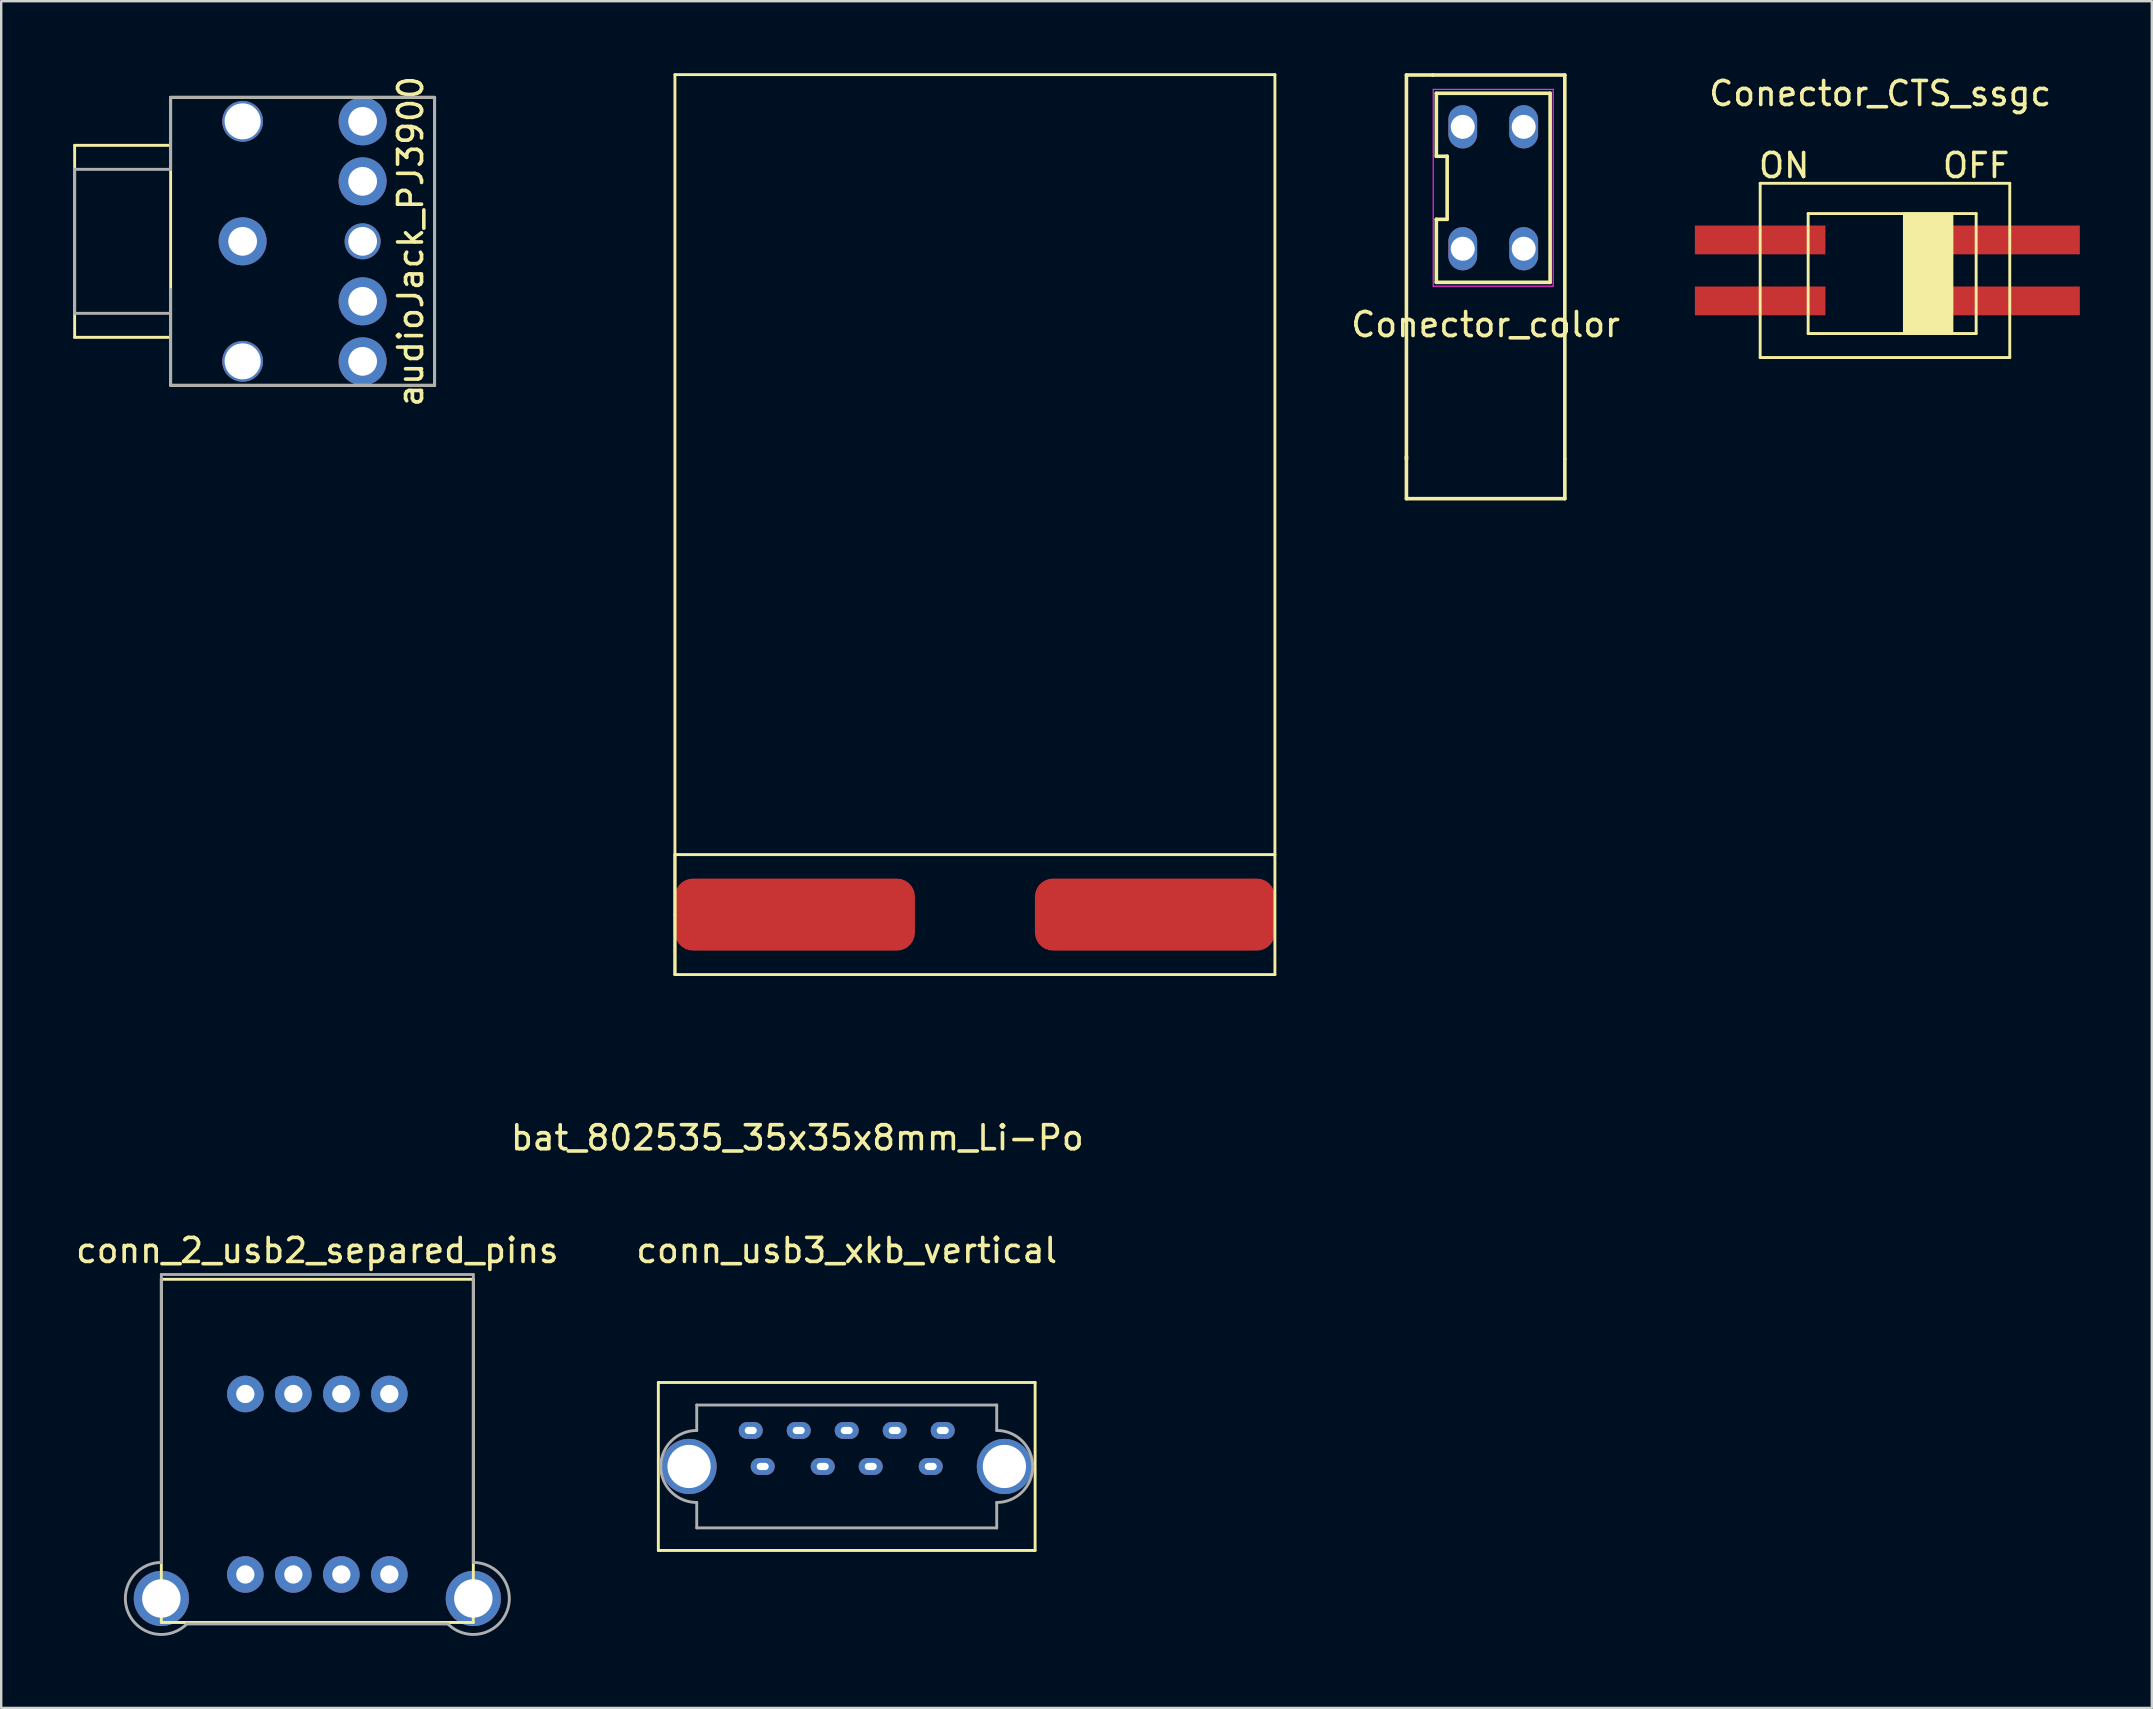
<source format=kicad_pcb>
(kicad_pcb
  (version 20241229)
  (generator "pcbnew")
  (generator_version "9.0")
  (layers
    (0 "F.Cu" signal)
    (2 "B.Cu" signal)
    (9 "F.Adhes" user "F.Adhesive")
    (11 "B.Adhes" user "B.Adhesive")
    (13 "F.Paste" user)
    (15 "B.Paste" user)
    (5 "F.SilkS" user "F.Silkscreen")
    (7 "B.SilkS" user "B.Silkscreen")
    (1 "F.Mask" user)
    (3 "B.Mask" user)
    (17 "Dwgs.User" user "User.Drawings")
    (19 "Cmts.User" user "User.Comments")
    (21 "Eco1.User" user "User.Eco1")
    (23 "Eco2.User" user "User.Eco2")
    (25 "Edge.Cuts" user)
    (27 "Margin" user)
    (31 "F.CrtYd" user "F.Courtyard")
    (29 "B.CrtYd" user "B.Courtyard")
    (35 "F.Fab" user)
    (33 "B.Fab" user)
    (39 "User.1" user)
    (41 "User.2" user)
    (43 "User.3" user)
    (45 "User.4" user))
  (footprint "Conector_color"
    (layer "F.Cu")
    (at 58.854 4.775)
    (property "Reference" "Conector_color" (at 0 5.7 180) (layer "F.SilkS") (effects (font (size 1 1) (thickness 0.15))))
    (attr through_hole)
    (fp_line (start -3.3 -4.7) (end -2.2 -4.7) (stroke (width 0.15) (type solid)) (layer "F.SilkS"))
    (fp_line (start -3.3 11.3) (end -3.3 -4.7) (stroke (width 0.15) (type solid)) (layer "F.SilkS"))
    (fp_line (start -3.3 12.954) (end -3.3 11.2) (stroke (width 0.15) (type solid)) (layer "F.SilkS"))
    (fp_line (start -2.2 -4.7) (end 3.3 -4.7) (stroke (width 0.15) (type solid)) (layer "F.SilkS"))
    (fp_line (start -2.053 -1.313) (end -1.603 -1.313) (stroke (width 0.15) (type solid)) (layer "F.SilkS"))
    (fp_line (start -2.053 1.313) (end -2.053 3.94) (stroke (width 0.15) (type solid)) (layer "F.SilkS"))
    (fp_line (start -2.053 3.94) (end 2.687 3.94) (stroke (width 0.15) (type solid)) (layer "F.SilkS"))
    (fp_line (start -2.052 -3.94) (end -2.053 -1.313) (stroke (width 0.15) (type solid)) (layer "F.SilkS"))
    (fp_line (start -1.603 -1.313) (end -1.603 1.313) (stroke (width 0.15) (type solid)) (layer "F.SilkS"))
    (fp_line (start -1.603 1.313) (end -2.053 1.313) (stroke (width 0.15) (type solid)) (layer "F.SilkS"))
    (fp_line (start 2.687 3.94) (end 2.688 -3.94) (stroke (width 0.15) (type solid)) (layer "F.SilkS"))
    (fp_line (start 2.688 -3.94) (end -2.052 -3.94) (stroke (width 0.15) (type solid)) (layer "F.SilkS"))
    (fp_line (start 3.3 -4.7) (end 3.3 11.3) (stroke (width 0.15) (type solid)) (layer "F.SilkS"))
    (fp_line (start 3.3 11.3) (end 3.302 12.954) (stroke (width 0.15) (type solid)) (layer "F.SilkS"))
    (fp_line (start 3.3 12.954) (end -3.3 12.954) (stroke (width 0.15) (type solid)) (layer "F.SilkS"))
    (fp_line (start -2.183 -4.1) (end 2.817 -4.1) (stroke (width 0.05) (type solid)) (layer "F.CrtYd"))
    (fp_line (start -2.183 4.1) (end -2.183 -4.1) (stroke (width 0.05) (type solid)) (layer "F.CrtYd"))
    (fp_line (start 2.817 -4.1) (end 2.817 4.1) (stroke (width 0.05) (type solid)) (layer "F.CrtYd"))
    (fp_line (start 2.817 4.1) (end -2.183 4.1) (stroke (width 0.05) (type solid)) (layer "F.CrtYd"))
    (pad "1" thru_hole oval (at -0.953 -2.54) (size 1.2 1.8) (drill 1) (layers "*.Cu" "*.Mask"))
    (pad "1" thru_hole oval (at -0.953 2.54) (size 1.2 1.8) (drill 1) (layers "*.Cu" "*.Mask"))
    (pad "2" thru_hole oval (at 1.587 -2.54) (size 1.2 1.8) (drill 1) (layers "*.Cu" "*.Mask"))
    (pad "2" thru_hole oval (at 1.587 2.54) (size 1.2 1.8) (drill 1) (layers "*.Cu" "*.Mask")))
  (footprint "conn_usb3_xkb_vertical"
    (layer "F.Cu")
    (at 32.232 58.056)
    (property "Reference" "conn_usb3_xkb_vertical" (at 0 -9 0) (layer "F.SilkS") (effects (font (size 1 1) (thickness 0.15))))
    (attr through_hole)
    (fp_line (start -7.85 -3.5) (end -7.85 3.5) (stroke (width 0.12) (type solid)) (layer "F.SilkS"))
    (fp_line (start -7.85 -3.5) (end 7.85 -3.5) (stroke (width 0.12) (type solid)) (layer "F.SilkS"))
    (fp_line (start -7.85 3.5) (end 7.85 3.5) (stroke (width 0.12) (type solid)) (layer "F.SilkS"))
    (fp_line (start 7.85 3.5) (end 7.85 -3.5) (stroke (width 0.12) (type solid)) (layer "F.SilkS"))
    (fp_line (start -6.25 -1.5) (end -6.25 -2.56) (stroke (width 0.12) (type solid)) (layer "F.Fab"))
    (fp_line (start -6.25 2.56) (end -6.25 1.5) (stroke (width 0.12) (type solid)) (layer "F.Fab"))
    (fp_line (start 6.25 -2.56) (end -6.25 -2.56) (stroke (width 0.12) (type solid)) (layer "F.Fab"))
    (fp_line (start 6.25 -2.56) (end 6.25 -1.5) (stroke (width 0.12) (type solid)) (layer "F.Fab"))
    (fp_line (start 6.25 1.5) (end 6.25 2.56) (stroke (width 0.12) (type solid)) (layer "F.Fab"))
    (fp_line (start 6.25 2.56) (end -6.25 2.56) (stroke (width 0.12) (type solid)) (layer "F.Fab"))
    (fp_arc (start -6.25 1.5) (mid -7.75 0) (end -6.25 -1.5) (stroke (width 0.12) (type solid)) (layer "F.Fab"))
    (fp_arc (start 6.25 -1.5) (mid 7.75 0) (end 6.25 1.5) (stroke (width 0.12) (type solid)) (layer "F.Fab"))
    (pad "1" thru_hole oval (at -3.5 0) (size 1 0.7) (drill oval 0.5 0.3) (layers "*.Cu" "*.Mask"))
    (pad "2" thru_hole oval (at -1 0) (size 1 0.7) (drill oval 0.5 0.3) (layers "*.Cu" "*.Mask"))
    (pad "3" thru_hole oval (at 1 0) (size 1 0.7) (drill oval 0.5 0.3) (layers "*.Cu" "*.Mask"))
    (pad "4" thru_hole oval (at 3.5 0) (size 1 0.7) (drill oval 0.5 0.3) (layers "*.Cu" "*.Mask"))
    (pad "5" thru_hole oval (at 4 -1.5) (size 1 0.7) (drill oval 0.5 0.3) (layers "*.Cu" "*.Mask"))
    (pad "6" thru_hole oval (at 2 -1.5) (size 1 0.7) (drill oval 0.5 0.3) (layers "*.Cu" "*.Mask"))
    (pad "7" thru_hole oval (at 0 -1.5) (size 1 0.7) (drill oval 0.5 0.3) (layers "*.Cu" "*.Mask"))
    (pad "8" thru_hole oval (at -2 -1.5) (size 1 0.7) (drill oval 0.5 0.3) (layers "*.Cu" "*.Mask"))
    (pad "9" thru_hole oval (at -4 -1.5) (size 1 0.7) (drill oval 0.5 0.3) (layers "*.Cu" "*.Mask"))
    (pad "10" thru_hole circle (at -6.57 0 180) (size 2.3 2.3) (drill 1.8) (layers "*.Cu" "*.Mask"))
    (pad "10" thru_hole circle (at 6.57 0) (size 2.3 2.3) (drill 1.8) (layers "*.Cu" "*.Mask")))
  (footprint "bat_802535_35x35x8mm_Li-Po"
    (layer "F.Cu")
    (at 30.074 35.06)
    (property "Reference" "bat_802535_35x35x8mm_Li-Po" (at 0.1 9.3 0) (layer "F.SilkS") (effects (font (size 1 1) (thickness 0.15))))
    (attr through_hole)
    (fp_line (start -5 -35) (end 20 -35) (stroke (width 0.12) (type solid)) (layer "F.SilkS"))
    (fp_line (start -5 -2.5) (end 20 -2.5) (stroke (width 0.12) (type solid)) (layer "F.SilkS"))
    (fp_line (start -5 0) (end -5 -35) (stroke (width 0.12) (type solid)) (layer "F.SilkS"))
    (fp_line (start -5 2.5) (end -5 -2.5) (stroke (width 0.12) (type solid)) (layer "F.SilkS"))
    (fp_line (start -5 2.5) (end -5 0) (stroke (width 0.12) (type solid)) (layer "F.SilkS"))
    (fp_line (start 20 -35) (end 20 2.5) (stroke (width 0.12) (type solid)) (layer "F.SilkS"))
    (fp_line (start 20 2.5) (end -5 2.5) (stroke (width 0.12) (type solid)) (layer "F.SilkS"))
    (pad "1" smd roundrect (at 0 0) (size 10 3) (layers "F.Cu" "F.Mask" "F.Paste") (roundrect_rratio 0.25))
    (pad "2" smd roundrect (at 15 0) (size 10 3) (layers "F.Cu" "F.Mask" "F.Paste") (roundrect_rratio 0.25)))
  (footprint "Conector_CTS_ssgc"
    (layer "F.Cu")
    (at 70.294 11.848)
    (property "Reference" "Conector_CTS_ssgc" (at 5 -11 0) (layer "F.SilkS") (effects (font (size 1 1) (thickness 0.15))))
    (attr through_hole)
    (fp_line (start 0 -7.26) (end 0 0) (stroke (width 0.12) (type solid)) (layer "F.SilkS"))
    (fp_line (start 0 0) (end 10.4 0) (stroke (width 0.12) (type solid)) (layer "F.SilkS"))
    (fp_line (start 2 -6) (end 2 -1) (stroke (width 0.12) (type solid)) (layer "F.SilkS"))
    (fp_line (start 2 -1) (end 9 -1) (stroke (width 0.12) (type solid)) (layer "F.SilkS"))
    (fp_line (start 9 -6) (end 2 -6) (stroke (width 0.12) (type solid)) (layer "F.SilkS"))
    (fp_line (start 9 -1) (end 9 -6) (stroke (width 0.12) (type solid)) (layer "F.SilkS"))
    (fp_line (start 10.4 -7.26) (end 0 -7.26) (stroke (width 0.12) (type solid)) (layer "F.SilkS"))
    (fp_line (start 10.4 0) (end 10.4 -7.26) (stroke (width 0.12) (type solid)) (layer "F.SilkS"))
    (fp_poly (pts (xy 8 -1) (xy 8 -6) (xy 6 -6) (xy 6 -1)) (stroke (width 0.1) (type solid)) (fill yes) (layer "F.SilkS"))
    (fp_text user "OFF" (at 9 -8 0) (layer "F.SilkS") (effects (font (size 1 1) (thickness 0.15))))
    (fp_text user "ON" (at 1 -8 0) (layer "F.SilkS") (effects (font (size 1 1) (thickness 0.15))))
    (pad "1" smd rect (at 1 -2.36) (size 5.44 1.2) (drill (offset -1 0)) (layers "F.Cu" "F.Mask" "F.Paste"))
    (pad "2" smd rect (at 1 -4.9) (size 5.44 1.2) (drill (offset -1 0)) (layers "F.Cu" "F.Mask" "F.Paste"))
    (pad "3" smd rect (at 9.6 -2.36) (size 5.44 1.2) (drill (offset 1 0)) (layers "F.Cu" "F.Mask" "F.Paste"))
    (pad "4" smd rect (at 9.6 -4.9) (size 5.44 1.2) (drill (offset 1 0)) (layers "F.Cu" "F.Mask" "F.Paste")))
  (footprint "conn_2_usb2_separed_pins"
    (layer "F.Cu")
    (at 10.173 62.556)
    (property "Reference" "conn_2_usb2_separed_pins" (at 0 -13.5 0) (layer "F.SilkS") (effects (font (size 1 1) (thickness 0.15))))
    (attr through_hole)
    (fp_line (start -6.5 -12.3) (end -6.5 2) (stroke (width 0.12) (type solid)) (layer "F.SilkS"))
    (fp_line (start -6.5 -12.3) (end 6.5 -12.3) (stroke (width 0.12) (type solid)) (layer "F.SilkS"))
    (fp_line (start 6.5 -12.3) (end 6.5 2) (stroke (width 0.12) (type solid)) (layer "F.SilkS"))
    (fp_line (start 6.5 2) (end -6.5 2) (stroke (width 0.12) (type solid)) (layer "F.SilkS"))
    (fp_line (start -6.5 -0.5) (end -6.5 -12.5) (stroke (width 0.12) (type solid)) (layer "F.Fab"))
    (fp_line (start 5.439 2.061) (end -5.439 2.061) (stroke (width 0.12) (type solid)) (layer "F.Fab"))
    (fp_line (start 6.5 -12.5) (end -6.5 -12.5) (stroke (width 0.12) (type solid)) (layer "F.Fab"))
    (fp_line (start 6.5 -0.5) (end 6.5 -12.5) (stroke (width 0.12) (type solid)) (layer "F.Fab"))
    (fp_arc (start -5.43934 2.06066) (mid -7.885819 1.574025) (end -6.5 -0.5) (stroke (width 0.12) (type solid)) (layer "F.Fab"))
    (fp_arc (start 6.5 -0.5) (mid 7.885819 1.574025) (end 5.43934 2.06066) (stroke (width 0.12) (type solid)) (layer "F.Fab"))
    (pad "1" thru_hole circle (at -3 0) (size 1.524 1.524) (drill 0.762) (layers "*.Cu" "*.Mask"))
    (pad "2" thru_hole circle (at -1 0) (size 1.524 1.524) (drill 0.762) (layers "*.Cu" "*.Mask"))
    (pad "3" thru_hole circle (at 1 0) (size 1.524 1.524) (drill 0.762) (layers "*.Cu" "*.Mask"))
    (pad "4" thru_hole circle (at 3 0) (size 1.524 1.524) (drill 0.762) (layers "*.Cu" "*.Mask"))
    (pad "5" thru_hole circle (at -3 -7.52) (size 1.524 1.524) (drill 0.762) (layers "*.Cu" "*.Mask"))
    (pad "6" thru_hole circle (at -1 -7.52) (size 1.524 1.524) (drill 0.762) (layers "*.Cu" "*.Mask"))
    (pad "7" thru_hole circle (at 1 -7.52) (size 1.524 1.524) (drill 0.762) (layers "*.Cu" "*.Mask"))
    (pad "8" thru_hole circle (at 3 -7.52) (size 1.524 1.524) (drill 0.762) (layers "*.Cu" "*.Mask"))
    (pad "9" thru_hole circle (at -6.5 1) (size 2.3 2.3) (drill 1.6) (layers "*.Cu" "*.Mask"))
    (pad "10" thru_hole circle (at 6.5 1 180) (size 2.3 2.3) (drill 1.6) (layers "*.Cu" "*.Mask")))
  (footprint "audioJack_PJ3900"
    (layer "F.Cu")
    (at 7.06 7.006)
    (property "Reference" "audioJack_PJ3900" (at 7 0 270) (layer "F.SilkS") (effects (font (size 1 1) (thickness 0.15))))
    (attr smd)
    (fp_line (start -7 -4) (end -7 4) (stroke (width 0.12) (type solid)) (layer "F.SilkS"))
    (fp_line (start -7 4) (end -3 4) (stroke (width 0.12) (type solid)) (layer "F.SilkS"))
    (fp_line (start -3 -6) (end -3 6) (stroke (width 0.12) (type solid)) (layer "F.SilkS"))
    (fp_line (start -3 -4) (end -7 -4) (stroke (width 0.12) (type solid)) (layer "F.SilkS"))
    (fp_line (start -3 6) (end 8 6) (stroke (width 0.12) (type solid)) (layer "F.SilkS"))
    (fp_line (start 8 -6) (end -3 -6) (stroke (width 0.12) (type solid)) (layer "F.SilkS"))
    (fp_line (start 8 6) (end 8 -6) (stroke (width 0.12) (type solid)) (layer "F.SilkS"))
    (fp_line (start -7 -3) (end -3 -3) (stroke (width 0.12) (type solid)) (layer "F.Fab"))
    (fp_line (start -7 3) (end -7 -3) (stroke (width 0.12) (type solid)) (layer "F.Fab"))
    (fp_line (start -3 -6) (end 8 -6) (stroke (width 0.12) (type solid)) (layer "F.Fab"))
    (fp_line (start -3 -3) (end -3 -6) (stroke (width 0.12) (type solid)) (layer "F.Fab"))
    (fp_line (start -3 3) (end -7 3) (stroke (width 0.12) (type solid)) (layer "F.Fab"))
    (fp_line (start -3 6) (end -3 2) (stroke (width 0.12) (type solid)) (layer "F.Fab"))
    (fp_line (start 8 -6) (end 8 6) (stroke (width 0.12) (type solid)) (layer "F.Fab"))
    (fp_line (start 8 6) (end -3 6) (stroke (width 0.12) (type solid)) (layer "F.Fab"))
    (pad "1" thru_hole circle (at 0 0) (size 2 2) (drill 1.2) (layers "*.Cu" "*.Mask"))
    (pad "2" thru_hole circle (at 5 -5) (size 2 2) (drill 1.2) (layers "*.Cu" "*.Mask"))
    (pad "3" thru_hole circle (at 5 -2.5) (size 2 2) (drill 1.2) (layers "*.Cu" "*.Mask"))
    (pad "4" thru_hole circle (at 5 2.5 90) (size 2 2) (drill 1.2) (layers "*.Cu" "*.Mask"))
    (pad "5" thru_hole circle (at 5 5) (size 2 2) (drill 1.2) (layers "*.Cu" "*.Mask"))
    (pad "6" thru_hole circle (at 0 -5) (size 1.7 1.7) (drill 1.5) (layers "*.Cu" "*.Mask"))
    (pad "6" thru_hole circle (at 0 5) (size 1.7 1.7) (drill 1.5) (layers "*.Cu" "*.Mask"))
    (pad "6" thru_hole circle (at 5 0) (size 1.5 1.5) (drill 1.2) (layers "*.Cu" "*.Mask")))
  (gr_rect
    (start -3 -3)
    (end 86.614 68.117)
    (stroke (width 0.1) (type default))
    (fill no)
    (layer "Edge.Cuts")))
</source>
